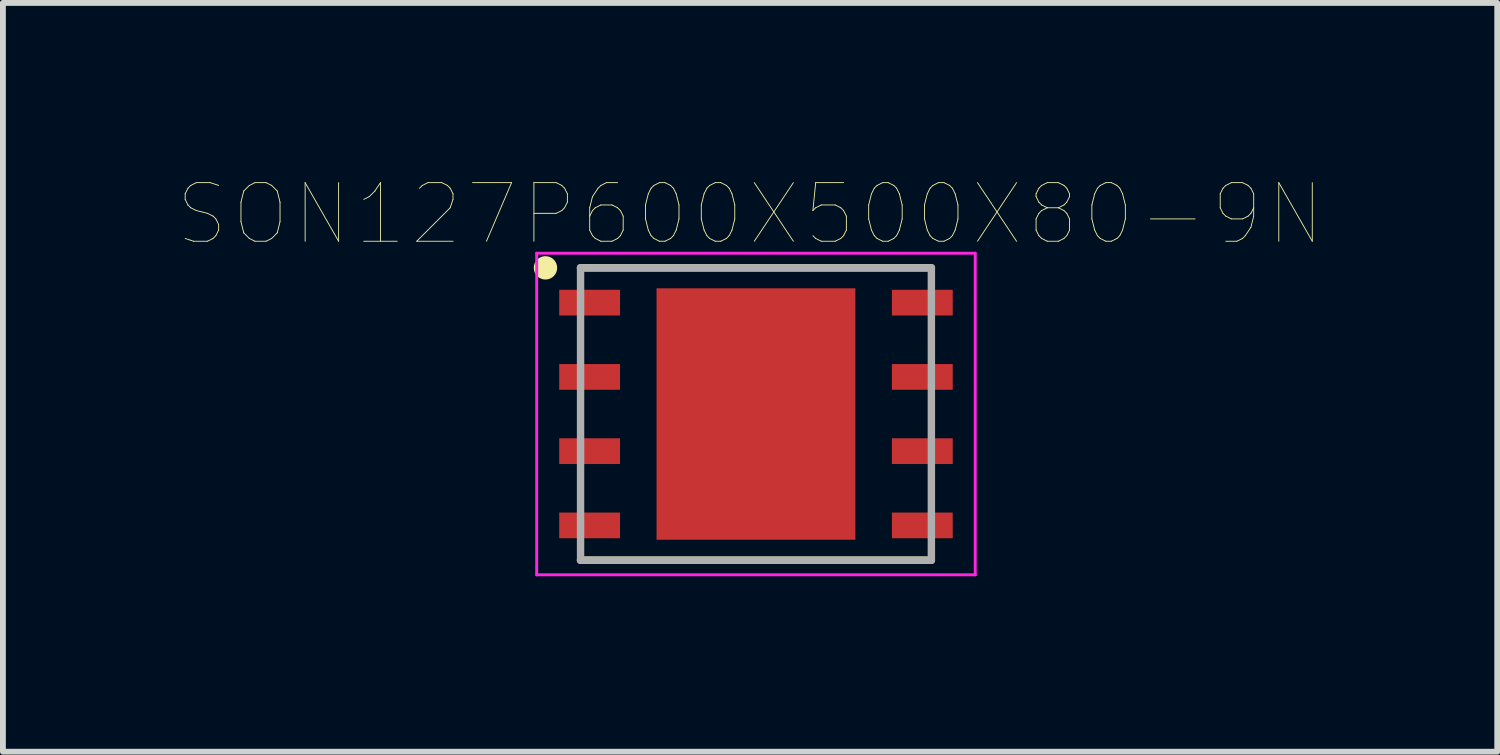
<source format=kicad_pcb>
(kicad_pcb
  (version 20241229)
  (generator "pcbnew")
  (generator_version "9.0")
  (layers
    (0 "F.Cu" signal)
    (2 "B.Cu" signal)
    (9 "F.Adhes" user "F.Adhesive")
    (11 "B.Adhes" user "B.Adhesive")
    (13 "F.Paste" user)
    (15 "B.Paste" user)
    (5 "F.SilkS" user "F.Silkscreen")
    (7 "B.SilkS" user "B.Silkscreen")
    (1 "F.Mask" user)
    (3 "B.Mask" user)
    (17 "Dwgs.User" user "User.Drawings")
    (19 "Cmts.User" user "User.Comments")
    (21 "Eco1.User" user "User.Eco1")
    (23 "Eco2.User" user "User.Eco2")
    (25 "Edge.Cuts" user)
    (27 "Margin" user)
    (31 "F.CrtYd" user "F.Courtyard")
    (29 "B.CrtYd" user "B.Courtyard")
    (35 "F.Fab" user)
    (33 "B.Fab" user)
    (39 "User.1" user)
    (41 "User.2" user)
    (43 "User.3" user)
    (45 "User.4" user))
  (footprint "SON127P600X500X80-9N"
    (layer "F.Cu")
    (at 9.879 4.031)
    (property "Reference" "SON127P600X500X80-9N" (at -0.1 -3.418 0) (layer "F.SilkS") (effects (font (size 1.002 1.002) (thickness 0.015))))
    (attr through_hole)
    (fp_line (start -3 -2.5) (end 3 -2.5) (stroke (width 0.127) (type solid)) (layer "F.SilkS"))
    (fp_line (start -3 2.5) (end 3 2.5) (stroke (width 0.127) (type solid)) (layer "F.SilkS"))
    (fp_circle (center -3.6 -2.5) (end -3.4 -2.5) (stroke (width 0) (type solid)) (fill yes) (layer "F.SilkS"))
    (fp_poly (pts (xy -1.078 -1.36) (xy 1.075 -1.36) (xy 1.075 1.364) (xy -1.078 1.364)) (stroke (width 0.01) (type solid)) (fill yes) (layer "F.Paste"))
    (fp_line (start -3.75 -2.75) (end -3.75 2.75) (stroke (width 0.05) (type solid)) (layer "F.CrtYd"))
    (fp_line (start -3.75 2.75) (end 3.75 2.75) (stroke (width 0.05) (type solid)) (layer "F.CrtYd"))
    (fp_line (start 3.75 -2.75) (end -3.75 -2.75) (stroke (width 0.05) (type solid)) (layer "F.CrtYd"))
    (fp_line (start 3.75 2.75) (end 3.75 -2.75) (stroke (width 0.05) (type solid)) (layer "F.CrtYd"))
    (fp_line (start -3 -2.5) (end -3 2.5) (stroke (width 0.127) (type solid)) (layer "F.Fab"))
    (fp_line (start -3 2.5) (end 3 2.5) (stroke (width 0.127) (type solid)) (layer "F.Fab"))
    (fp_line (start 3 -2.5) (end -3 -2.5) (stroke (width 0.127) (type solid)) (layer "F.Fab"))
    (fp_line (start 3 -2.5) (end 3 2.5) (stroke (width 0.127) (type solid)) (layer "F.Fab"))
    (pad "1" smd rect (at -2.845 -1.905) (size 1.04 0.44) (layers "F.Cu" "F.Mask" "F.Paste"))
    (pad "2" smd rect (at -2.845 -0.635) (size 1.04 0.44) (layers "F.Cu" "F.Mask" "F.Paste"))
    (pad "3" smd rect (at -2.845 0.635) (size 1.04 0.44) (layers "F.Cu" "F.Mask" "F.Paste"))
    (pad "4" smd rect (at -2.845 1.905) (size 1.04 0.44) (layers "F.Cu" "F.Mask" "F.Paste"))
    (pad "5" smd rect (at 2.845 1.905) (size 1.04 0.44) (layers "F.Cu" "F.Mask" "F.Paste"))
    (pad "6" smd rect (at 2.845 0.635) (size 1.04 0.44) (layers "F.Cu" "F.Mask" "F.Paste"))
    (pad "7" smd rect (at 2.845 -0.635) (size 1.04 0.44) (layers "F.Cu" "F.Mask" "F.Paste"))
    (pad "8" smd rect (at 2.845 -1.905) (size 1.04 0.44) (layers "F.Cu" "F.Mask" "F.Paste"))
    (pad "9" smd rect (at 0 0) (size 3.4 4.3) (layers "F.Cu" "F.Mask")))
  (gr_rect
    (start -3 -3)
    (end 22.557 9.806)
    (stroke (width 0.1) (type default))
    (fill no)
    (layer "Edge.Cuts")))
</source>
